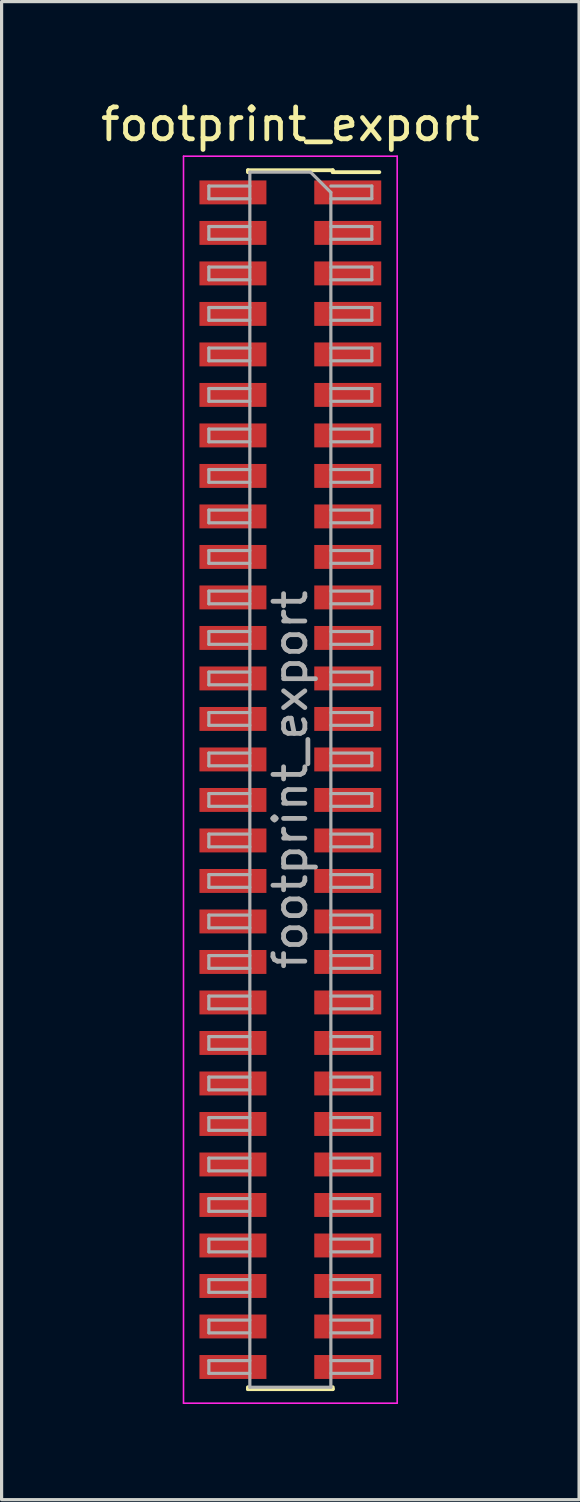
<source format=kicad_pcb>
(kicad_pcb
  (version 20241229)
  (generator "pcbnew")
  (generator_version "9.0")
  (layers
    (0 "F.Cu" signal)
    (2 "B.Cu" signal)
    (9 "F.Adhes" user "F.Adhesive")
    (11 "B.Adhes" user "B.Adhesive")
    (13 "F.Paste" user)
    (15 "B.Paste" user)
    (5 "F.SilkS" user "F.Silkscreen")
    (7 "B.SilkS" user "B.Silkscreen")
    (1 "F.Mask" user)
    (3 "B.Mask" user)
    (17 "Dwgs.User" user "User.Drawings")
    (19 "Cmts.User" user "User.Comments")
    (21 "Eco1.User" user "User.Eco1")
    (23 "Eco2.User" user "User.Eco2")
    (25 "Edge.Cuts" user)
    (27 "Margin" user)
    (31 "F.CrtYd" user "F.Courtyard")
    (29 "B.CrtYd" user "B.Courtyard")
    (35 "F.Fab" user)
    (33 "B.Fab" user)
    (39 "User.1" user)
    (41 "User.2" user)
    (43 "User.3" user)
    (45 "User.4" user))
  (footprint "footprint_export"
    (layer "F.Cu")
    (at 6.054 21.398)
    (property "Reference" "footprint_export" (at 0 -20.55 0) (layer "F.SilkS") (effects (font (size 1 1) (thickness 0.15))))
    (attr smd)
    (fp_line (start -1.33 -19.11) (end -1.33 -19.05) (stroke (width 0.12) (type solid)) (layer "F.SilkS"))
    (fp_line (start -1.33 -19.11) (end 1.33 -19.11) (stroke (width 0.12) (type solid)) (layer "F.SilkS"))
    (fp_line (start -1.33 19.05) (end -1.33 19.11) (stroke (width 0.12) (type solid)) (layer "F.SilkS"))
    (fp_line (start -1.33 19.11) (end 1.33 19.11) (stroke (width 0.12) (type solid)) (layer "F.SilkS"))
    (fp_line (start 1.33 -19.11) (end 1.33 -19.05) (stroke (width 0.12) (type solid)) (layer "F.SilkS"))
    (fp_line (start 1.33 -19.05) (end 2.79 -19.05) (stroke (width 0.12) (type solid)) (layer "F.SilkS"))
    (fp_line (start 1.33 19.05) (end 1.33 19.11) (stroke (width 0.12) (type solid)) (layer "F.SilkS"))
    (fp_line (start -3.35 -19.55) (end 3.35 -19.55) (stroke (width 0.05) (type solid)) (layer "F.CrtYd"))
    (fp_line (start -3.35 19.55) (end -3.35 -19.55) (stroke (width 0.05) (type solid)) (layer "F.CrtYd"))
    (fp_line (start 3.35 -19.55) (end 3.35 19.55) (stroke (width 0.05) (type solid)) (layer "F.CrtYd"))
    (fp_line (start 3.35 19.55) (end -3.35 19.55) (stroke (width 0.05) (type solid)) (layer "F.CrtYd"))
    (fp_line (start -2.555 -18.615) (end -1.27 -18.615) (stroke (width 0.1) (type solid)) (layer "F.Fab"))
    (fp_line (start -2.555 -18.215) (end -2.555 -18.615) (stroke (width 0.1) (type solid)) (layer "F.Fab"))
    (fp_line (start -2.555 -17.345) (end -1.27 -17.345) (stroke (width 0.1) (type solid)) (layer "F.Fab"))
    (fp_line (start -2.555 -16.945) (end -2.555 -17.345) (stroke (width 0.1) (type solid)) (layer "F.Fab"))
    (fp_line (start -2.555 -16.075) (end -1.27 -16.075) (stroke (width 0.1) (type solid)) (layer "F.Fab"))
    (fp_line (start -2.555 -15.675) (end -2.555 -16.075) (stroke (width 0.1) (type solid)) (layer "F.Fab"))
    (fp_line (start -2.555 -14.805) (end -1.27 -14.805) (stroke (width 0.1) (type solid)) (layer "F.Fab"))
    (fp_line (start -2.555 -14.405) (end -2.555 -14.805) (stroke (width 0.1) (type solid)) (layer "F.Fab"))
    (fp_line (start -2.555 -13.535) (end -1.27 -13.535) (stroke (width 0.1) (type solid)) (layer "F.Fab"))
    (fp_line (start -2.555 -13.135) (end -2.555 -13.535) (stroke (width 0.1) (type solid)) (layer "F.Fab"))
    (fp_line (start -2.555 -12.265) (end -1.27 -12.265) (stroke (width 0.1) (type solid)) (layer "F.Fab"))
    (fp_line (start -2.555 -11.865) (end -2.555 -12.265) (stroke (width 0.1) (type solid)) (layer "F.Fab"))
    (fp_line (start -2.555 -10.995) (end -1.27 -10.995) (stroke (width 0.1) (type solid)) (layer "F.Fab"))
    (fp_line (start -2.555 -10.595) (end -2.555 -10.995) (stroke (width 0.1) (type solid)) (layer "F.Fab"))
    (fp_line (start -2.555 -9.725) (end -1.27 -9.725) (stroke (width 0.1) (type solid)) (layer "F.Fab"))
    (fp_line (start -2.555 -9.325) (end -2.555 -9.725) (stroke (width 0.1) (type solid)) (layer "F.Fab"))
    (fp_line (start -2.555 -8.455) (end -1.27 -8.455) (stroke (width 0.1) (type solid)) (layer "F.Fab"))
    (fp_line (start -2.555 -8.055) (end -2.555 -8.455) (stroke (width 0.1) (type solid)) (layer "F.Fab"))
    (fp_line (start -2.555 -7.185) (end -1.27 -7.185) (stroke (width 0.1) (type solid)) (layer "F.Fab"))
    (fp_line (start -2.555 -6.785) (end -2.555 -7.185) (stroke (width 0.1) (type solid)) (layer "F.Fab"))
    (fp_line (start -2.555 -5.915) (end -1.27 -5.915) (stroke (width 0.1) (type solid)) (layer "F.Fab"))
    (fp_line (start -2.555 -5.515) (end -2.555 -5.915) (stroke (width 0.1) (type solid)) (layer "F.Fab"))
    (fp_line (start -2.555 -4.645) (end -1.27 -4.645) (stroke (width 0.1) (type solid)) (layer "F.Fab"))
    (fp_line (start -2.555 -4.245) (end -2.555 -4.645) (stroke (width 0.1) (type solid)) (layer "F.Fab"))
    (fp_line (start -2.555 -3.375) (end -1.27 -3.375) (stroke (width 0.1) (type solid)) (layer "F.Fab"))
    (fp_line (start -2.555 -2.975) (end -2.555 -3.375) (stroke (width 0.1) (type solid)) (layer "F.Fab"))
    (fp_line (start -2.555 -2.105) (end -1.27 -2.105) (stroke (width 0.1) (type solid)) (layer "F.Fab"))
    (fp_line (start -2.555 -1.705) (end -2.555 -2.105) (stroke (width 0.1) (type solid)) (layer "F.Fab"))
    (fp_line (start -2.555 -0.835) (end -1.27 -0.835) (stroke (width 0.1) (type solid)) (layer "F.Fab"))
    (fp_line (start -2.555 -0.435) (end -2.555 -0.835) (stroke (width 0.1) (type solid)) (layer "F.Fab"))
    (fp_line (start -2.555 0.435) (end -1.27 0.435) (stroke (width 0.1) (type solid)) (layer "F.Fab"))
    (fp_line (start -2.555 0.835) (end -2.555 0.435) (stroke (width 0.1) (type solid)) (layer "F.Fab"))
    (fp_line (start -2.555 1.705) (end -1.27 1.705) (stroke (width 0.1) (type solid)) (layer "F.Fab"))
    (fp_line (start -2.555 2.105) (end -2.555 1.705) (stroke (width 0.1) (type solid)) (layer "F.Fab"))
    (fp_line (start -2.555 2.975) (end -1.27 2.975) (stroke (width 0.1) (type solid)) (layer "F.Fab"))
    (fp_line (start -2.555 3.375) (end -2.555 2.975) (stroke (width 0.1) (type solid)) (layer "F.Fab"))
    (fp_line (start -2.555 4.245) (end -1.27 4.245) (stroke (width 0.1) (type solid)) (layer "F.Fab"))
    (fp_line (start -2.555 4.645) (end -2.555 4.245) (stroke (width 0.1) (type solid)) (layer "F.Fab"))
    (fp_line (start -2.555 5.515) (end -1.27 5.515) (stroke (width 0.1) (type solid)) (layer "F.Fab"))
    (fp_line (start -2.555 5.915) (end -2.555 5.515) (stroke (width 0.1) (type solid)) (layer "F.Fab"))
    (fp_line (start -2.555 6.785) (end -1.27 6.785) (stroke (width 0.1) (type solid)) (layer "F.Fab"))
    (fp_line (start -2.555 7.185) (end -2.555 6.785) (stroke (width 0.1) (type solid)) (layer "F.Fab"))
    (fp_line (start -2.555 8.055) (end -1.27 8.055) (stroke (width 0.1) (type solid)) (layer "F.Fab"))
    (fp_line (start -2.555 8.455) (end -2.555 8.055) (stroke (width 0.1) (type solid)) (layer "F.Fab"))
    (fp_line (start -2.555 9.325) (end -1.27 9.325) (stroke (width 0.1) (type solid)) (layer "F.Fab"))
    (fp_line (start -2.555 9.725) (end -2.555 9.325) (stroke (width 0.1) (type solid)) (layer "F.Fab"))
    (fp_line (start -2.555 10.595) (end -1.27 10.595) (stroke (width 0.1) (type solid)) (layer "F.Fab"))
    (fp_line (start -2.555 10.995) (end -2.555 10.595) (stroke (width 0.1) (type solid)) (layer "F.Fab"))
    (fp_line (start -2.555 11.865) (end -1.27 11.865) (stroke (width 0.1) (type solid)) (layer "F.Fab"))
    (fp_line (start -2.555 12.265) (end -2.555 11.865) (stroke (width 0.1) (type solid)) (layer "F.Fab"))
    (fp_line (start -2.555 13.135) (end -1.27 13.135) (stroke (width 0.1) (type solid)) (layer "F.Fab"))
    (fp_line (start -2.555 13.535) (end -2.555 13.135) (stroke (width 0.1) (type solid)) (layer "F.Fab"))
    (fp_line (start -2.555 14.405) (end -1.27 14.405) (stroke (width 0.1) (type solid)) (layer "F.Fab"))
    (fp_line (start -2.555 14.805) (end -2.555 14.405) (stroke (width 0.1) (type solid)) (layer "F.Fab"))
    (fp_line (start -2.555 15.675) (end -1.27 15.675) (stroke (width 0.1) (type solid)) (layer "F.Fab"))
    (fp_line (start -2.555 16.075) (end -2.555 15.675) (stroke (width 0.1) (type solid)) (layer "F.Fab"))
    (fp_line (start -2.555 16.945) (end -1.27 16.945) (stroke (width 0.1) (type solid)) (layer "F.Fab"))
    (fp_line (start -2.555 17.345) (end -2.555 16.945) (stroke (width 0.1) (type solid)) (layer "F.Fab"))
    (fp_line (start -2.555 18.215) (end -1.27 18.215) (stroke (width 0.1) (type solid)) (layer "F.Fab"))
    (fp_line (start -2.555 18.615) (end -2.555 18.215) (stroke (width 0.1) (type solid)) (layer "F.Fab"))
    (fp_line (start -1.27 -19.05) (end 0.635 -19.05) (stroke (width 0.1) (type solid)) (layer "F.Fab"))
    (fp_line (start -1.27 -18.215) (end -2.555 -18.215) (stroke (width 0.1) (type solid)) (layer "F.Fab"))
    (fp_line (start -1.27 -16.945) (end -2.555 -16.945) (stroke (width 0.1) (type solid)) (layer "F.Fab"))
    (fp_line (start -1.27 -15.675) (end -2.555 -15.675) (stroke (width 0.1) (type solid)) (layer "F.Fab"))
    (fp_line (start -1.27 -14.405) (end -2.555 -14.405) (stroke (width 0.1) (type solid)) (layer "F.Fab"))
    (fp_line (start -1.27 -13.135) (end -2.555 -13.135) (stroke (width 0.1) (type solid)) (layer "F.Fab"))
    (fp_line (start -1.27 -11.865) (end -2.555 -11.865) (stroke (width 0.1) (type solid)) (layer "F.Fab"))
    (fp_line (start -1.27 -10.595) (end -2.555 -10.595) (stroke (width 0.1) (type solid)) (layer "F.Fab"))
    (fp_line (start -1.27 -9.325) (end -2.555 -9.325) (stroke (width 0.1) (type solid)) (layer "F.Fab"))
    (fp_line (start -1.27 -8.055) (end -2.555 -8.055) (stroke (width 0.1) (type solid)) (layer "F.Fab"))
    (fp_line (start -1.27 -6.785) (end -2.555 -6.785) (stroke (width 0.1) (type solid)) (layer "F.Fab"))
    (fp_line (start -1.27 -5.515) (end -2.555 -5.515) (stroke (width 0.1) (type solid)) (layer "F.Fab"))
    (fp_line (start -1.27 -4.245) (end -2.555 -4.245) (stroke (width 0.1) (type solid)) (layer "F.Fab"))
    (fp_line (start -1.27 -2.975) (end -2.555 -2.975) (stroke (width 0.1) (type solid)) (layer "F.Fab"))
    (fp_line (start -1.27 -1.705) (end -2.555 -1.705) (stroke (width 0.1) (type solid)) (layer "F.Fab"))
    (fp_line (start -1.27 -0.435) (end -2.555 -0.435) (stroke (width 0.1) (type solid)) (layer "F.Fab"))
    (fp_line (start -1.27 0.835) (end -2.555 0.835) (stroke (width 0.1) (type solid)) (layer "F.Fab"))
    (fp_line (start -1.27 2.105) (end -2.555 2.105) (stroke (width 0.1) (type solid)) (layer "F.Fab"))
    (fp_line (start -1.27 3.375) (end -2.555 3.375) (stroke (width 0.1) (type solid)) (layer "F.Fab"))
    (fp_line (start -1.27 4.645) (end -2.555 4.645) (stroke (width 0.1) (type solid)) (layer "F.Fab"))
    (fp_line (start -1.27 5.915) (end -2.555 5.915) (stroke (width 0.1) (type solid)) (layer "F.Fab"))
    (fp_line (start -1.27 7.185) (end -2.555 7.185) (stroke (width 0.1) (type solid)) (layer "F.Fab"))
    (fp_line (start -1.27 8.455) (end -2.555 8.455) (stroke (width 0.1) (type solid)) (layer "F.Fab"))
    (fp_line (start -1.27 9.725) (end -2.555 9.725) (stroke (width 0.1) (type solid)) (layer "F.Fab"))
    (fp_line (start -1.27 10.995) (end -2.555 10.995) (stroke (width 0.1) (type solid)) (layer "F.Fab"))
    (fp_line (start -1.27 12.265) (end -2.555 12.265) (stroke (width 0.1) (type solid)) (layer "F.Fab"))
    (fp_line (start -1.27 13.535) (end -2.555 13.535) (stroke (width 0.1) (type solid)) (layer "F.Fab"))
    (fp_line (start -1.27 14.805) (end -2.555 14.805) (stroke (width 0.1) (type solid)) (layer "F.Fab"))
    (fp_line (start -1.27 16.075) (end -2.555 16.075) (stroke (width 0.1) (type solid)) (layer "F.Fab"))
    (fp_line (start -1.27 17.345) (end -2.555 17.345) (stroke (width 0.1) (type solid)) (layer "F.Fab"))
    (fp_line (start -1.27 18.615) (end -2.555 18.615) (stroke (width 0.1) (type solid)) (layer "F.Fab"))
    (fp_line (start -1.27 19.05) (end -1.27 -19.05) (stroke (width 0.1) (type solid)) (layer "F.Fab"))
    (fp_line (start 0.635 -19.05) (end 1.27 -18.415) (stroke (width 0.1) (type solid)) (layer "F.Fab"))
    (fp_line (start 1.27 -18.615) (end 2.555 -18.615) (stroke (width 0.1) (type solid)) (layer "F.Fab"))
    (fp_line (start 1.27 -18.415) (end 1.27 19.05) (stroke (width 0.1) (type solid)) (layer "F.Fab"))
    (fp_line (start 1.27 -17.345) (end 2.555 -17.345) (stroke (width 0.1) (type solid)) (layer "F.Fab"))
    (fp_line (start 1.27 -16.075) (end 2.555 -16.075) (stroke (width 0.1) (type solid)) (layer "F.Fab"))
    (fp_line (start 1.27 -14.805) (end 2.555 -14.805) (stroke (width 0.1) (type solid)) (layer "F.Fab"))
    (fp_line (start 1.27 -13.535) (end 2.555 -13.535) (stroke (width 0.1) (type solid)) (layer "F.Fab"))
    (fp_line (start 1.27 -12.265) (end 2.555 -12.265) (stroke (width 0.1) (type solid)) (layer "F.Fab"))
    (fp_line (start 1.27 -10.995) (end 2.555 -10.995) (stroke (width 0.1) (type solid)) (layer "F.Fab"))
    (fp_line (start 1.27 -9.725) (end 2.555 -9.725) (stroke (width 0.1) (type solid)) (layer "F.Fab"))
    (fp_line (start 1.27 -8.455) (end 2.555 -8.455) (stroke (width 0.1) (type solid)) (layer "F.Fab"))
    (fp_line (start 1.27 -7.185) (end 2.555 -7.185) (stroke (width 0.1) (type solid)) (layer "F.Fab"))
    (fp_line (start 1.27 -5.915) (end 2.555 -5.915) (stroke (width 0.1) (type solid)) (layer "F.Fab"))
    (fp_line (start 1.27 -4.645) (end 2.555 -4.645) (stroke (width 0.1) (type solid)) (layer "F.Fab"))
    (fp_line (start 1.27 -3.375) (end 2.555 -3.375) (stroke (width 0.1) (type solid)) (layer "F.Fab"))
    (fp_line (start 1.27 -2.105) (end 2.555 -2.105) (stroke (width 0.1) (type solid)) (layer "F.Fab"))
    (fp_line (start 1.27 -0.835) (end 2.555 -0.835) (stroke (width 0.1) (type solid)) (layer "F.Fab"))
    (fp_line (start 1.27 0.435) (end 2.555 0.435) (stroke (width 0.1) (type solid)) (layer "F.Fab"))
    (fp_line (start 1.27 1.705) (end 2.555 1.705) (stroke (width 0.1) (type solid)) (layer "F.Fab"))
    (fp_line (start 1.27 2.975) (end 2.555 2.975) (stroke (width 0.1) (type solid)) (layer "F.Fab"))
    (fp_line (start 1.27 4.245) (end 2.555 4.245) (stroke (width 0.1) (type solid)) (layer "F.Fab"))
    (fp_line (start 1.27 5.515) (end 2.555 5.515) (stroke (width 0.1) (type solid)) (layer "F.Fab"))
    (fp_line (start 1.27 6.785) (end 2.555 6.785) (stroke (width 0.1) (type solid)) (layer "F.Fab"))
    (fp_line (start 1.27 8.055) (end 2.555 8.055) (stroke (width 0.1) (type solid)) (layer "F.Fab"))
    (fp_line (start 1.27 9.325) (end 2.555 9.325) (stroke (width 0.1) (type solid)) (layer "F.Fab"))
    (fp_line (start 1.27 10.595) (end 2.555 10.595) (stroke (width 0.1) (type solid)) (layer "F.Fab"))
    (fp_line (start 1.27 11.865) (end 2.555 11.865) (stroke (width 0.1) (type solid)) (layer "F.Fab"))
    (fp_line (start 1.27 13.135) (end 2.555 13.135) (stroke (width 0.1) (type solid)) (layer "F.Fab"))
    (fp_line (start 1.27 14.405) (end 2.555 14.405) (stroke (width 0.1) (type solid)) (layer "F.Fab"))
    (fp_line (start 1.27 15.675) (end 2.555 15.675) (stroke (width 0.1) (type solid)) (layer "F.Fab"))
    (fp_line (start 1.27 16.945) (end 2.555 16.945) (stroke (width 0.1) (type solid)) (layer "F.Fab"))
    (fp_line (start 1.27 18.215) (end 2.555 18.215) (stroke (width 0.1) (type solid)) (layer "F.Fab"))
    (fp_line (start 1.27 19.05) (end -1.27 19.05) (stroke (width 0.1) (type solid)) (layer "F.Fab"))
    (fp_line (start 2.555 -18.615) (end 2.555 -18.215) (stroke (width 0.1) (type solid)) (layer "F.Fab"))
    (fp_line (start 2.555 -18.215) (end 1.27 -18.215) (stroke (width 0.1) (type solid)) (layer "F.Fab"))
    (fp_line (start 2.555 -17.345) (end 2.555 -16.945) (stroke (width 0.1) (type solid)) (layer "F.Fab"))
    (fp_line (start 2.555 -16.945) (end 1.27 -16.945) (stroke (width 0.1) (type solid)) (layer "F.Fab"))
    (fp_line (start 2.555 -16.075) (end 2.555 -15.675) (stroke (width 0.1) (type solid)) (layer "F.Fab"))
    (fp_line (start 2.555 -15.675) (end 1.27 -15.675) (stroke (width 0.1) (type solid)) (layer "F.Fab"))
    (fp_line (start 2.555 -14.805) (end 2.555 -14.405) (stroke (width 0.1) (type solid)) (layer "F.Fab"))
    (fp_line (start 2.555 -14.405) (end 1.27 -14.405) (stroke (width 0.1) (type solid)) (layer "F.Fab"))
    (fp_line (start 2.555 -13.535) (end 2.555 -13.135) (stroke (width 0.1) (type solid)) (layer "F.Fab"))
    (fp_line (start 2.555 -13.135) (end 1.27 -13.135) (stroke (width 0.1) (type solid)) (layer "F.Fab"))
    (fp_line (start 2.555 -12.265) (end 2.555 -11.865) (stroke (width 0.1) (type solid)) (layer "F.Fab"))
    (fp_line (start 2.555 -11.865) (end 1.27 -11.865) (stroke (width 0.1) (type solid)) (layer "F.Fab"))
    (fp_line (start 2.555 -10.995) (end 2.555 -10.595) (stroke (width 0.1) (type solid)) (layer "F.Fab"))
    (fp_line (start 2.555 -10.595) (end 1.27 -10.595) (stroke (width 0.1) (type solid)) (layer "F.Fab"))
    (fp_line (start 2.555 -9.725) (end 2.555 -9.325) (stroke (width 0.1) (type solid)) (layer "F.Fab"))
    (fp_line (start 2.555 -9.325) (end 1.27 -9.325) (stroke (width 0.1) (type solid)) (layer "F.Fab"))
    (fp_line (start 2.555 -8.455) (end 2.555 -8.055) (stroke (width 0.1) (type solid)) (layer "F.Fab"))
    (fp_line (start 2.555 -8.055) (end 1.27 -8.055) (stroke (width 0.1) (type solid)) (layer "F.Fab"))
    (fp_line (start 2.555 -7.185) (end 2.555 -6.785) (stroke (width 0.1) (type solid)) (layer "F.Fab"))
    (fp_line (start 2.555 -6.785) (end 1.27 -6.785) (stroke (width 0.1) (type solid)) (layer "F.Fab"))
    (fp_line (start 2.555 -5.915) (end 2.555 -5.515) (stroke (width 0.1) (type solid)) (layer "F.Fab"))
    (fp_line (start 2.555 -5.515) (end 1.27 -5.515) (stroke (width 0.1) (type solid)) (layer "F.Fab"))
    (fp_line (start 2.555 -4.645) (end 2.555 -4.245) (stroke (width 0.1) (type solid)) (layer "F.Fab"))
    (fp_line (start 2.555 -4.245) (end 1.27 -4.245) (stroke (width 0.1) (type solid)) (layer "F.Fab"))
    (fp_line (start 2.555 -3.375) (end 2.555 -2.975) (stroke (width 0.1) (type solid)) (layer "F.Fab"))
    (fp_line (start 2.555 -2.975) (end 1.27 -2.975) (stroke (width 0.1) (type solid)) (layer "F.Fab"))
    (fp_line (start 2.555 -2.105) (end 2.555 -1.705) (stroke (width 0.1) (type solid)) (layer "F.Fab"))
    (fp_line (start 2.555 -1.705) (end 1.27 -1.705) (stroke (width 0.1) (type solid)) (layer "F.Fab"))
    (fp_line (start 2.555 -0.835) (end 2.555 -0.435) (stroke (width 0.1) (type solid)) (layer "F.Fab"))
    (fp_line (start 2.555 -0.435) (end 1.27 -0.435) (stroke (width 0.1) (type solid)) (layer "F.Fab"))
    (fp_line (start 2.555 0.435) (end 2.555 0.835) (stroke (width 0.1) (type solid)) (layer "F.Fab"))
    (fp_line (start 2.555 0.835) (end 1.27 0.835) (stroke (width 0.1) (type solid)) (layer "F.Fab"))
    (fp_line (start 2.555 1.705) (end 2.555 2.105) (stroke (width 0.1) (type solid)) (layer "F.Fab"))
    (fp_line (start 2.555 2.105) (end 1.27 2.105) (stroke (width 0.1) (type solid)) (layer "F.Fab"))
    (fp_line (start 2.555 2.975) (end 2.555 3.375) (stroke (width 0.1) (type solid)) (layer "F.Fab"))
    (fp_line (start 2.555 3.375) (end 1.27 3.375) (stroke (width 0.1) (type solid)) (layer "F.Fab"))
    (fp_line (start 2.555 4.245) (end 2.555 4.645) (stroke (width 0.1) (type solid)) (layer "F.Fab"))
    (fp_line (start 2.555 4.645) (end 1.27 4.645) (stroke (width 0.1) (type solid)) (layer "F.Fab"))
    (fp_line (start 2.555 5.515) (end 2.555 5.915) (stroke (width 0.1) (type solid)) (layer "F.Fab"))
    (fp_line (start 2.555 5.915) (end 1.27 5.915) (stroke (width 0.1) (type solid)) (layer "F.Fab"))
    (fp_line (start 2.555 6.785) (end 2.555 7.185) (stroke (width 0.1) (type solid)) (layer "F.Fab"))
    (fp_line (start 2.555 7.185) (end 1.27 7.185) (stroke (width 0.1) (type solid)) (layer "F.Fab"))
    (fp_line (start 2.555 8.055) (end 2.555 8.455) (stroke (width 0.1) (type solid)) (layer "F.Fab"))
    (fp_line (start 2.555 8.455) (end 1.27 8.455) (stroke (width 0.1) (type solid)) (layer "F.Fab"))
    (fp_line (start 2.555 9.325) (end 2.555 9.725) (stroke (width 0.1) (type solid)) (layer "F.Fab"))
    (fp_line (start 2.555 9.725) (end 1.27 9.725) (stroke (width 0.1) (type solid)) (layer "F.Fab"))
    (fp_line (start 2.555 10.595) (end 2.555 10.995) (stroke (width 0.1) (type solid)) (layer "F.Fab"))
    (fp_line (start 2.555 10.995) (end 1.27 10.995) (stroke (width 0.1) (type solid)) (layer "F.Fab"))
    (fp_line (start 2.555 11.865) (end 2.555 12.265) (stroke (width 0.1) (type solid)) (layer "F.Fab"))
    (fp_line (start 2.555 12.265) (end 1.27 12.265) (stroke (width 0.1) (type solid)) (layer "F.Fab"))
    (fp_line (start 2.555 13.135) (end 2.555 13.535) (stroke (width 0.1) (type solid)) (layer "F.Fab"))
    (fp_line (start 2.555 13.535) (end 1.27 13.535) (stroke (width 0.1) (type solid)) (layer "F.Fab"))
    (fp_line (start 2.555 14.405) (end 2.555 14.805) (stroke (width 0.1) (type solid)) (layer "F.Fab"))
    (fp_line (start 2.555 14.805) (end 1.27 14.805) (stroke (width 0.1) (type solid)) (layer "F.Fab"))
    (fp_line (start 2.555 15.675) (end 2.555 16.075) (stroke (width 0.1) (type solid)) (layer "F.Fab"))
    (fp_line (start 2.555 16.075) (end 1.27 16.075) (stroke (width 0.1) (type solid)) (layer "F.Fab"))
    (fp_line (start 2.555 16.945) (end 2.555 17.345) (stroke (width 0.1) (type solid)) (layer "F.Fab"))
    (fp_line (start 2.555 17.345) (end 1.27 17.345) (stroke (width 0.1) (type solid)) (layer "F.Fab"))
    (fp_line (start 2.555 18.215) (end 2.555 18.615) (stroke (width 0.1) (type solid)) (layer "F.Fab"))
    (fp_line (start 2.555 18.615) (end 1.27 18.615) (stroke (width 0.1) (type solid)) (layer "F.Fab"))
    (fp_text user "${REFERENCE}" (at 0 0 90) (layer "F.Fab") (effects (font (size 1 1) (thickness 0.15))))
    (pad "1" smd rect (at 1.8 -18.415) (size 2.1 0.75) (layers "F.Cu" "F.Mask" "F.Paste"))
    (pad "2" smd rect (at -1.8 -18.415) (size 2.1 0.75) (layers "F.Cu" "F.Mask" "F.Paste"))
    (pad "3" smd rect (at 1.8 -17.145) (size 2.1 0.75) (layers "F.Cu" "F.Mask" "F.Paste"))
    (pad "4" smd rect (at -1.8 -17.145) (size 2.1 0.75) (layers "F.Cu" "F.Mask" "F.Paste"))
    (pad "5" smd rect (at 1.8 -15.875) (size 2.1 0.75) (layers "F.Cu" "F.Mask" "F.Paste"))
    (pad "6" smd rect (at -1.8 -15.875) (size 2.1 0.75) (layers "F.Cu" "F.Mask" "F.Paste"))
    (pad "7" smd rect (at 1.8 -14.605) (size 2.1 0.75) (layers "F.Cu" "F.Mask" "F.Paste"))
    (pad "8" smd rect (at -1.8 -14.605) (size 2.1 0.75) (layers "F.Cu" "F.Mask" "F.Paste"))
    (pad "9" smd rect (at 1.8 -13.335) (size 2.1 0.75) (layers "F.Cu" "F.Mask" "F.Paste"))
    (pad "10" smd rect (at -1.8 -13.335) (size 2.1 0.75) (layers "F.Cu" "F.Mask" "F.Paste"))
    (pad "11" smd rect (at 1.8 -12.065) (size 2.1 0.75) (layers "F.Cu" "F.Mask" "F.Paste"))
    (pad "12" smd rect (at -1.8 -12.065) (size 2.1 0.75) (layers "F.Cu" "F.Mask" "F.Paste"))
    (pad "13" smd rect (at 1.8 -10.795) (size 2.1 0.75) (layers "F.Cu" "F.Mask" "F.Paste"))
    (pad "14" smd rect (at -1.8 -10.795) (size 2.1 0.75) (layers "F.Cu" "F.Mask" "F.Paste"))
    (pad "15" smd rect (at 1.8 -9.525) (size 2.1 0.75) (layers "F.Cu" "F.Mask" "F.Paste"))
    (pad "16" smd rect (at -1.8 -9.525) (size 2.1 0.75) (layers "F.Cu" "F.Mask" "F.Paste"))
    (pad "17" smd rect (at 1.8 -8.255) (size 2.1 0.75) (layers "F.Cu" "F.Mask" "F.Paste"))
    (pad "18" smd rect (at -1.8 -8.255) (size 2.1 0.75) (layers "F.Cu" "F.Mask" "F.Paste"))
    (pad "19" smd rect (at 1.8 -6.985) (size 2.1 0.75) (layers "F.Cu" "F.Mask" "F.Paste"))
    (pad "20" smd rect (at -1.8 -6.985) (size 2.1 0.75) (layers "F.Cu" "F.Mask" "F.Paste"))
    (pad "21" smd rect (at 1.8 -5.715) (size 2.1 0.75) (layers "F.Cu" "F.Mask" "F.Paste"))
    (pad "22" smd rect (at -1.8 -5.715) (size 2.1 0.75) (layers "F.Cu" "F.Mask" "F.Paste"))
    (pad "23" smd rect (at 1.8 -4.445) (size 2.1 0.75) (layers "F.Cu" "F.Mask" "F.Paste"))
    (pad "24" smd rect (at -1.8 -4.445) (size 2.1 0.75) (layers "F.Cu" "F.Mask" "F.Paste"))
    (pad "25" smd rect (at 1.8 -3.175) (size 2.1 0.75) (layers "F.Cu" "F.Mask" "F.Paste"))
    (pad "26" smd rect (at -1.8 -3.175) (size 2.1 0.75) (layers "F.Cu" "F.Mask" "F.Paste"))
    (pad "27" smd rect (at 1.8 -1.905) (size 2.1 0.75) (layers "F.Cu" "F.Mask" "F.Paste"))
    (pad "28" smd rect (at -1.8 -1.905) (size 2.1 0.75) (layers "F.Cu" "F.Mask" "F.Paste"))
    (pad "29" smd rect (at 1.8 -0.635) (size 2.1 0.75) (layers "F.Cu" "F.Mask" "F.Paste"))
    (pad "30" smd rect (at -1.8 -0.635) (size 2.1 0.75) (layers "F.Cu" "F.Mask" "F.Paste"))
    (pad "31" smd rect (at 1.8 0.635) (size 2.1 0.75) (layers "F.Cu" "F.Mask" "F.Paste"))
    (pad "32" smd rect (at -1.8 0.635) (size 2.1 0.75) (layers "F.Cu" "F.Mask" "F.Paste"))
    (pad "33" smd rect (at 1.8 1.905) (size 2.1 0.75) (layers "F.Cu" "F.Mask" "F.Paste"))
    (pad "34" smd rect (at -1.8 1.905) (size 2.1 0.75) (layers "F.Cu" "F.Mask" "F.Paste"))
    (pad "35" smd rect (at 1.8 3.175) (size 2.1 0.75) (layers "F.Cu" "F.Mask" "F.Paste"))
    (pad "36" smd rect (at -1.8 3.175) (size 2.1 0.75) (layers "F.Cu" "F.Mask" "F.Paste"))
    (pad "37" smd rect (at 1.8 4.445) (size 2.1 0.75) (layers "F.Cu" "F.Mask" "F.Paste"))
    (pad "38" smd rect (at -1.8 4.445) (size 2.1 0.75) (layers "F.Cu" "F.Mask" "F.Paste"))
    (pad "39" smd rect (at 1.8 5.715) (size 2.1 0.75) (layers "F.Cu" "F.Mask" "F.Paste"))
    (pad "40" smd rect (at -1.8 5.715) (size 2.1 0.75) (layers "F.Cu" "F.Mask" "F.Paste"))
    (pad "41" smd rect (at 1.8 6.985) (size 2.1 0.75) (layers "F.Cu" "F.Mask" "F.Paste"))
    (pad "42" smd rect (at -1.8 6.985) (size 2.1 0.75) (layers "F.Cu" "F.Mask" "F.Paste"))
    (pad "43" smd rect (at 1.8 8.255) (size 2.1 0.75) (layers "F.Cu" "F.Mask" "F.Paste"))
    (pad "44" smd rect (at -1.8 8.255) (size 2.1 0.75) (layers "F.Cu" "F.Mask" "F.Paste"))
    (pad "45" smd rect (at 1.8 9.525) (size 2.1 0.75) (layers "F.Cu" "F.Mask" "F.Paste"))
    (pad "46" smd rect (at -1.8 9.525) (size 2.1 0.75) (layers "F.Cu" "F.Mask" "F.Paste"))
    (pad "47" smd rect (at 1.8 10.795) (size 2.1 0.75) (layers "F.Cu" "F.Mask" "F.Paste"))
    (pad "48" smd rect (at -1.8 10.795) (size 2.1 0.75) (layers "F.Cu" "F.Mask" "F.Paste"))
    (pad "49" smd rect (at 1.8 12.065) (size 2.1 0.75) (layers "F.Cu" "F.Mask" "F.Paste"))
    (pad "50" smd rect (at -1.8 12.065) (size 2.1 0.75) (layers "F.Cu" "F.Mask" "F.Paste"))
    (pad "51" smd rect (at 1.8 13.335) (size 2.1 0.75) (layers "F.Cu" "F.Mask" "F.Paste"))
    (pad "52" smd rect (at -1.8 13.335) (size 2.1 0.75) (layers "F.Cu" "F.Mask" "F.Paste"))
    (pad "53" smd rect (at 1.8 14.605) (size 2.1 0.75) (layers "F.Cu" "F.Mask" "F.Paste"))
    (pad "54" smd rect (at -1.8 14.605) (size 2.1 0.75) (layers "F.Cu" "F.Mask" "F.Paste"))
    (pad "55" smd rect (at 1.8 15.875) (size 2.1 0.75) (layers "F.Cu" "F.Mask" "F.Paste"))
    (pad "56" smd rect (at -1.8 15.875) (size 2.1 0.75) (layers "F.Cu" "F.Mask" "F.Paste"))
    (pad "57" smd rect (at 1.8 17.145) (size 2.1 0.75) (layers "F.Cu" "F.Mask" "F.Paste"))
    (pad "58" smd rect (at -1.8 17.145) (size 2.1 0.75) (layers "F.Cu" "F.Mask" "F.Paste"))
    (pad "59" smd rect (at 1.8 18.415) (size 2.1 0.75) (layers "F.Cu" "F.Mask" "F.Paste"))
    (pad "60" smd rect (at -1.8 18.415) (size 2.1 0.75) (layers "F.Cu" "F.Mask" "F.Paste")))
  (gr_rect
    (start -3 -3)
    (end 15.107 43.973)
    (stroke (width 0.1) (type default))
    (fill no)
    (layer "Edge.Cuts")))
</source>
